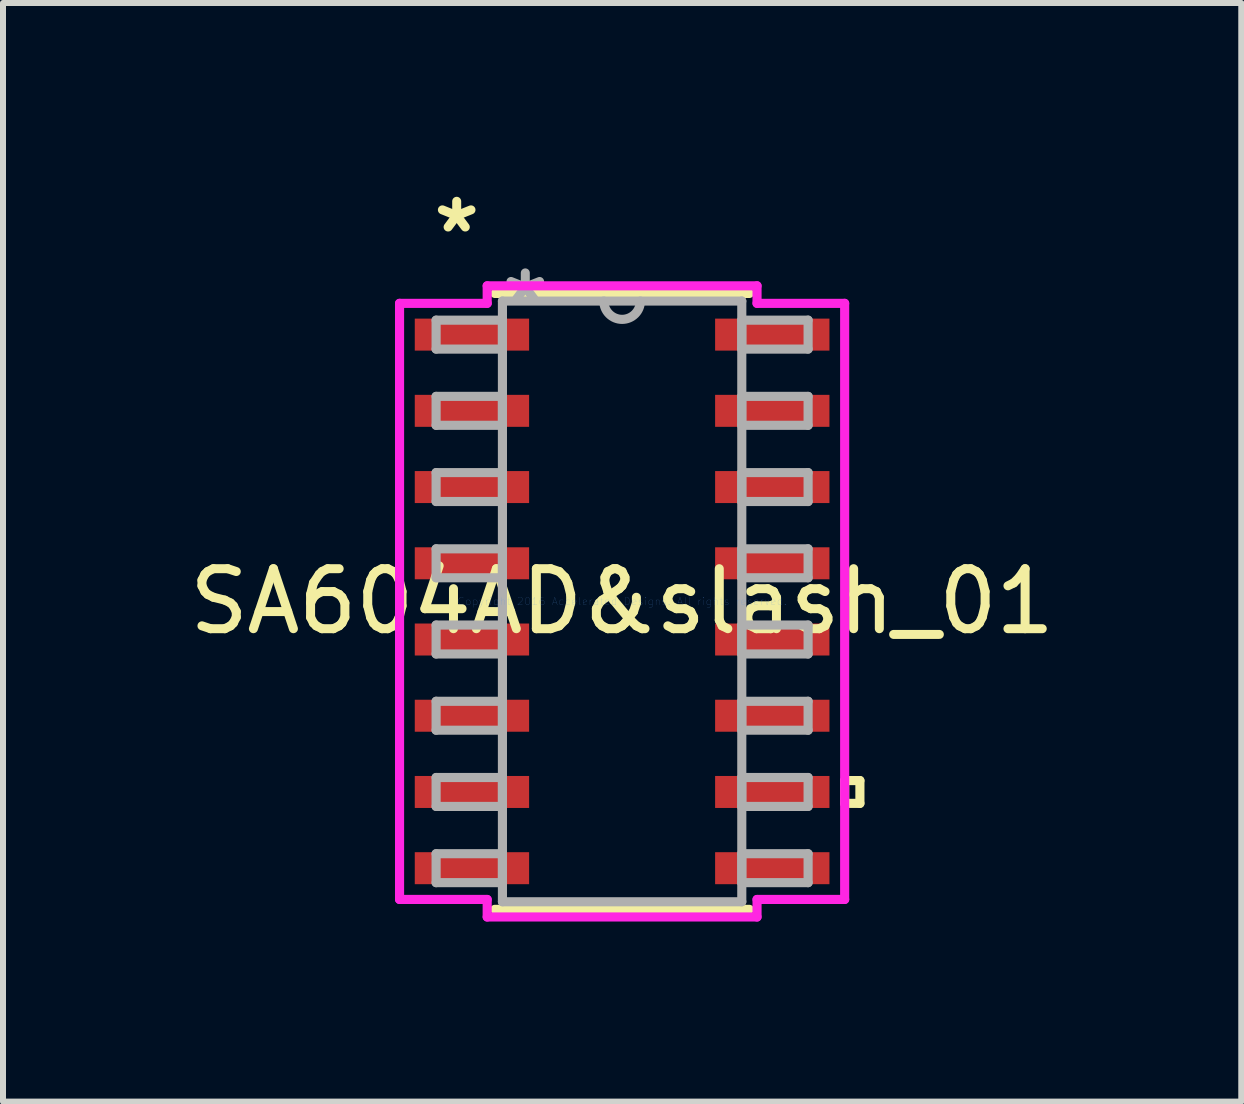
<source format=kicad_pcb>
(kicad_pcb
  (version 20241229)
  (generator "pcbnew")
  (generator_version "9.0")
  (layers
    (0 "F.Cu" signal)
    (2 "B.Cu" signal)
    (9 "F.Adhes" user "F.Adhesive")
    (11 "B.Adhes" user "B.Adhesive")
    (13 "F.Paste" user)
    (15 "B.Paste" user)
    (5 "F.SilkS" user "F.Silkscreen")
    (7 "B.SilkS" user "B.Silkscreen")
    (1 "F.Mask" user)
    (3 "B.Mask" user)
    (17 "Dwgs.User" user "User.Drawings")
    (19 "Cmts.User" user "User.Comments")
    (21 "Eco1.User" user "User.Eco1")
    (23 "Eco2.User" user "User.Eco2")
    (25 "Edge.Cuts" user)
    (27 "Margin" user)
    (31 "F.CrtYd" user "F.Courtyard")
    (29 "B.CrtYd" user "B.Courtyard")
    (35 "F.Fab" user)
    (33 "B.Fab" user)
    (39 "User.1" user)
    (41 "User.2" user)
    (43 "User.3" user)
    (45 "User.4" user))
  (footprint "SA604AD&slash_01"
    (layer "F.Cu")
    (at 7.315 6.97)
    (property "Reference" "SA604AD&slash_01" (at 0 0 0) (layer "F.SilkS") (effects (font (size 1 1) (thickness 0.15))))
    (attr through_hole)
    (fp_line (start -2.121 5.131) (end 2.121 5.131) (stroke (width 0.152) (type solid)) (layer "F.SilkS"))
    (fp_line (start 2.121 -5.131) (end -2.121 -5.131) (stroke (width 0.152) (type solid)) (layer "F.SilkS"))
    (fp_line (start 3.708 2.985) (end 3.962 2.985) (stroke (width 0.152) (type solid)) (layer "F.SilkS"))
    (fp_line (start 3.708 3.365) (end 3.708 2.985) (stroke (width 0.152) (type solid)) (layer "F.SilkS"))
    (fp_line (start 3.962 2.985) (end 3.962 3.365) (stroke (width 0.152) (type solid)) (layer "F.SilkS"))
    (fp_line (start 3.962 3.365) (end 3.708 3.365) (stroke (width 0.152) (type solid)) (layer "F.SilkS"))
    (fp_line (start -3.708 -4.966) (end -2.248 -4.966) (stroke (width 0.152) (type solid)) (layer "F.CrtYd"))
    (fp_line (start -3.708 4.966) (end -3.708 -4.966) (stroke (width 0.152) (type solid)) (layer "F.CrtYd"))
    (fp_line (start -2.248 -5.258) (end 2.248 -5.258) (stroke (width 0.152) (type solid)) (layer "F.CrtYd"))
    (fp_line (start -2.248 -4.966) (end -2.248 -5.258) (stroke (width 0.152) (type solid)) (layer "F.CrtYd"))
    (fp_line (start -2.248 4.966) (end -3.708 4.966) (stroke (width 0.152) (type solid)) (layer "F.CrtYd"))
    (fp_line (start -2.248 5.258) (end -2.248 4.966) (stroke (width 0.152) (type solid)) (layer "F.CrtYd"))
    (fp_line (start 2.248 -5.258) (end 2.248 -4.966) (stroke (width 0.152) (type solid)) (layer "F.CrtYd"))
    (fp_line (start 2.248 -4.966) (end 3.708 -4.966) (stroke (width 0.152) (type solid)) (layer "F.CrtYd"))
    (fp_line (start 2.248 4.966) (end 2.248 5.258) (stroke (width 0.152) (type solid)) (layer "F.CrtYd"))
    (fp_line (start 2.248 5.258) (end -2.248 5.258) (stroke (width 0.152) (type solid)) (layer "F.CrtYd"))
    (fp_line (start 3.708 -4.966) (end 3.708 4.966) (stroke (width 0.152) (type solid)) (layer "F.CrtYd"))
    (fp_line (start 3.708 4.966) (end 2.248 4.966) (stroke (width 0.152) (type solid)) (layer "F.CrtYd"))
    (fp_line (start -3.099 -4.686) (end -3.099 -4.204) (stroke (width 0.152) (type solid)) (layer "F.Fab"))
    (fp_line (start -3.099 -4.204) (end -1.994 -4.204) (stroke (width 0.152) (type solid)) (layer "F.Fab"))
    (fp_line (start -3.099 -3.416) (end -3.099 -2.934) (stroke (width 0.152) (type solid)) (layer "F.Fab"))
    (fp_line (start -3.099 -2.934) (end -1.994 -2.934) (stroke (width 0.152) (type solid)) (layer "F.Fab"))
    (fp_line (start -3.099 -2.146) (end -3.099 -1.664) (stroke (width 0.152) (type solid)) (layer "F.Fab"))
    (fp_line (start -3.099 -1.664) (end -1.994 -1.664) (stroke (width 0.152) (type solid)) (layer "F.Fab"))
    (fp_line (start -3.099 -0.876) (end -3.099 -0.394) (stroke (width 0.152) (type solid)) (layer "F.Fab"))
    (fp_line (start -3.099 -0.394) (end -1.994 -0.394) (stroke (width 0.152) (type solid)) (layer "F.Fab"))
    (fp_line (start -3.099 0.394) (end -3.099 0.876) (stroke (width 0.152) (type solid)) (layer "F.Fab"))
    (fp_line (start -3.099 0.876) (end -1.994 0.876) (stroke (width 0.152) (type solid)) (layer "F.Fab"))
    (fp_line (start -3.099 1.664) (end -3.099 2.146) (stroke (width 0.152) (type solid)) (layer "F.Fab"))
    (fp_line (start -3.099 2.146) (end -1.994 2.146) (stroke (width 0.152) (type solid)) (layer "F.Fab"))
    (fp_line (start -3.099 2.934) (end -3.099 3.416) (stroke (width 0.152) (type solid)) (layer "F.Fab"))
    (fp_line (start -3.099 3.416) (end -1.994 3.416) (stroke (width 0.152) (type solid)) (layer "F.Fab"))
    (fp_line (start -3.099 4.204) (end -3.099 4.686) (stroke (width 0.152) (type solid)) (layer "F.Fab"))
    (fp_line (start -3.099 4.686) (end -1.994 4.686) (stroke (width 0.152) (type solid)) (layer "F.Fab"))
    (fp_line (start -1.994 -5.004) (end -1.994 5.004) (stroke (width 0.152) (type solid)) (layer "F.Fab"))
    (fp_line (start -1.994 -4.686) (end -3.099 -4.686) (stroke (width 0.152) (type solid)) (layer "F.Fab"))
    (fp_line (start -1.994 -4.204) (end -1.994 -4.686) (stroke (width 0.152) (type solid)) (layer "F.Fab"))
    (fp_line (start -1.994 -3.416) (end -3.099 -3.416) (stroke (width 0.152) (type solid)) (layer "F.Fab"))
    (fp_line (start -1.994 -2.934) (end -1.994 -3.416) (stroke (width 0.152) (type solid)) (layer "F.Fab"))
    (fp_line (start -1.994 -2.146) (end -3.099 -2.146) (stroke (width 0.152) (type solid)) (layer "F.Fab"))
    (fp_line (start -1.994 -1.664) (end -1.994 -2.146) (stroke (width 0.152) (type solid)) (layer "F.Fab"))
    (fp_line (start -1.994 -0.876) (end -3.099 -0.876) (stroke (width 0.152) (type solid)) (layer "F.Fab"))
    (fp_line (start -1.994 -0.394) (end -1.994 -0.876) (stroke (width 0.152) (type solid)) (layer "F.Fab"))
    (fp_line (start -1.994 0.394) (end -3.099 0.394) (stroke (width 0.152) (type solid)) (layer "F.Fab"))
    (fp_line (start -1.994 0.876) (end -1.994 0.394) (stroke (width 0.152) (type solid)) (layer "F.Fab"))
    (fp_line (start -1.994 1.664) (end -3.099 1.664) (stroke (width 0.152) (type solid)) (layer "F.Fab"))
    (fp_line (start -1.994 2.146) (end -1.994 1.664) (stroke (width 0.152) (type solid)) (layer "F.Fab"))
    (fp_line (start -1.994 2.934) (end -3.099 2.934) (stroke (width 0.152) (type solid)) (layer "F.Fab"))
    (fp_line (start -1.994 3.416) (end -1.994 2.934) (stroke (width 0.152) (type solid)) (layer "F.Fab"))
    (fp_line (start -1.994 4.204) (end -3.099 4.204) (stroke (width 0.152) (type solid)) (layer "F.Fab"))
    (fp_line (start -1.994 4.686) (end -1.994 4.204) (stroke (width 0.152) (type solid)) (layer "F.Fab"))
    (fp_line (start -1.994 5.004) (end 1.994 5.004) (stroke (width 0.152) (type solid)) (layer "F.Fab"))
    (fp_line (start 1.994 -5.004) (end -1.994 -5.004) (stroke (width 0.152) (type solid)) (layer "F.Fab"))
    (fp_line (start 1.994 -4.686) (end 1.994 -4.204) (stroke (width 0.152) (type solid)) (layer "F.Fab"))
    (fp_line (start 1.994 -4.204) (end 3.099 -4.204) (stroke (width 0.152) (type solid)) (layer "F.Fab"))
    (fp_line (start 1.994 -3.416) (end 1.994 -2.934) (stroke (width 0.152) (type solid)) (layer "F.Fab"))
    (fp_line (start 1.994 -2.934) (end 3.099 -2.934) (stroke (width 0.152) (type solid)) (layer "F.Fab"))
    (fp_line (start 1.994 -2.146) (end 1.994 -1.664) (stroke (width 0.152) (type solid)) (layer "F.Fab"))
    (fp_line (start 1.994 -1.664) (end 3.099 -1.664) (stroke (width 0.152) (type solid)) (layer "F.Fab"))
    (fp_line (start 1.994 -0.876) (end 1.994 -0.394) (stroke (width 0.152) (type solid)) (layer "F.Fab"))
    (fp_line (start 1.994 -0.394) (end 3.099 -0.394) (stroke (width 0.152) (type solid)) (layer "F.Fab"))
    (fp_line (start 1.994 0.394) (end 1.994 0.876) (stroke (width 0.152) (type solid)) (layer "F.Fab"))
    (fp_line (start 1.994 0.876) (end 3.099 0.876) (stroke (width 0.152) (type solid)) (layer "F.Fab"))
    (fp_line (start 1.994 1.664) (end 1.994 2.146) (stroke (width 0.152) (type solid)) (layer "F.Fab"))
    (fp_line (start 1.994 2.146) (end 3.099 2.146) (stroke (width 0.152) (type solid)) (layer "F.Fab"))
    (fp_line (start 1.994 2.934) (end 1.994 3.416) (stroke (width 0.152) (type solid)) (layer "F.Fab"))
    (fp_line (start 1.994 3.416) (end 3.099 3.416) (stroke (width 0.152) (type solid)) (layer "F.Fab"))
    (fp_line (start 1.994 4.204) (end 1.994 4.686) (stroke (width 0.152) (type solid)) (layer "F.Fab"))
    (fp_line (start 1.994 4.686) (end 3.099 4.686) (stroke (width 0.152) (type solid)) (layer "F.Fab"))
    (fp_line (start 1.994 5.004) (end 1.994 -5.004) (stroke (width 0.152) (type solid)) (layer "F.Fab"))
    (fp_line (start 3.099 -4.686) (end 1.994 -4.686) (stroke (width 0.152) (type solid)) (layer "F.Fab"))
    (fp_line (start 3.099 -4.204) (end 3.099 -4.686) (stroke (width 0.152) (type solid)) (layer "F.Fab"))
    (fp_line (start 3.099 -3.416) (end 1.994 -3.416) (stroke (width 0.152) (type solid)) (layer "F.Fab"))
    (fp_line (start 3.099 -2.934) (end 3.099 -3.416) (stroke (width 0.152) (type solid)) (layer "F.Fab"))
    (fp_line (start 3.099 -2.146) (end 1.994 -2.146) (stroke (width 0.152) (type solid)) (layer "F.Fab"))
    (fp_line (start 3.099 -1.664) (end 3.099 -2.146) (stroke (width 0.152) (type solid)) (layer "F.Fab"))
    (fp_line (start 3.099 -0.876) (end 1.994 -0.876) (stroke (width 0.152) (type solid)) (layer "F.Fab"))
    (fp_line (start 3.099 -0.394) (end 3.099 -0.876) (stroke (width 0.152) (type solid)) (layer "F.Fab"))
    (fp_line (start 3.099 0.394) (end 1.994 0.394) (stroke (width 0.152) (type solid)) (layer "F.Fab"))
    (fp_line (start 3.099 0.876) (end 3.099 0.394) (stroke (width 0.152) (type solid)) (layer "F.Fab"))
    (fp_line (start 3.099 1.664) (end 1.994 1.664) (stroke (width 0.152) (type solid)) (layer "F.Fab"))
    (fp_line (start 3.099 2.146) (end 3.099 1.664) (stroke (width 0.152) (type solid)) (layer "F.Fab"))
    (fp_line (start 3.099 2.934) (end 1.994 2.934) (stroke (width 0.152) (type solid)) (layer "F.Fab"))
    (fp_line (start 3.099 3.416) (end 3.099 2.934) (stroke (width 0.152) (type solid)) (layer "F.Fab"))
    (fp_line (start 3.099 4.204) (end 1.994 4.204) (stroke (width 0.152) (type solid)) (layer "F.Fab"))
    (fp_line (start 3.099 4.686) (end 3.099 4.204) (stroke (width 0.152) (type solid)) (layer "F.Fab"))
    (fp_arc (start 0.3048 -5.0038) (mid 0 -4.699) (end -0.3048 -5.0038) (stroke (width 0.1524) (type solid)) (layer "F.Fab"))
    (fp_text user "*" (at -2.756 -6.121 0) (layer "F.SilkS") (effects (font (size 1 1) (thickness 0.15))))
    (fp_text user "Copyright 2016 Accelerated Designs. All rights reserved." (at 0 0 0) (layer "Cmts.User") (effects (font (size 0.127 0.127) (thickness 0.002))))
    (fp_text user "*" (at -1.613 -4.928 0) (layer "F.Fab") (effects (font (size 1 1) (thickness 0.15))))
    (pad "1" smd rect (at -2.502 -4.445) (size 1.905 0.533) (layers "F.Cu" "F.Mask" "F.Paste"))
    (pad "2" smd rect (at -2.502 -3.175) (size 1.905 0.533) (layers "F.Cu" "F.Mask" "F.Paste"))
    (pad "3" smd rect (at -2.502 -1.905) (size 1.905 0.533) (layers "F.Cu" "F.Mask" "F.Paste"))
    (pad "4" smd rect (at -2.502 -0.635) (size 1.905 0.533) (layers "F.Cu" "F.Mask" "F.Paste"))
    (pad "5" smd rect (at -2.502 0.635) (size 1.905 0.533) (layers "F.Cu" "F.Mask" "F.Paste"))
    (pad "6" smd rect (at -2.502 1.905) (size 1.905 0.533) (layers "F.Cu" "F.Mask" "F.Paste"))
    (pad "7" smd rect (at -2.502 3.175) (size 1.905 0.533) (layers "F.Cu" "F.Mask" "F.Paste"))
    (pad "8" smd rect (at -2.502 4.445) (size 1.905 0.533) (layers "F.Cu" "F.Mask" "F.Paste"))
    (pad "9" smd rect (at 2.502 4.445) (size 1.905 0.533) (layers "F.Cu" "F.Mask" "F.Paste"))
    (pad "10" smd rect (at 2.502 3.175) (size 1.905 0.533) (layers "F.Cu" "F.Mask" "F.Paste"))
    (pad "11" smd rect (at 2.502 1.905) (size 1.905 0.533) (layers "F.Cu" "F.Mask" "F.Paste"))
    (pad "12" smd rect (at 2.502 0.635) (size 1.905 0.533) (layers "F.Cu" "F.Mask" "F.Paste"))
    (pad "13" smd rect (at 2.502 -0.635) (size 1.905 0.533) (layers "F.Cu" "F.Mask" "F.Paste"))
    (pad "14" smd rect (at 2.502 -1.905) (size 1.905 0.533) (layers "F.Cu" "F.Mask" "F.Paste"))
    (pad "15" smd rect (at 2.502 -3.175) (size 1.905 0.533) (layers "F.Cu" "F.Mask" "F.Paste"))
    (pad "16" smd rect (at 2.502 -4.445) (size 1.905 0.533) (layers "F.Cu" "F.Mask" "F.Paste")))
  (gr_rect
    (start -3 -3)
    (end 17.631 15.304)
    (stroke (width 0.1) (type default))
    (fill no)
    (layer "Edge.Cuts")))
</source>
